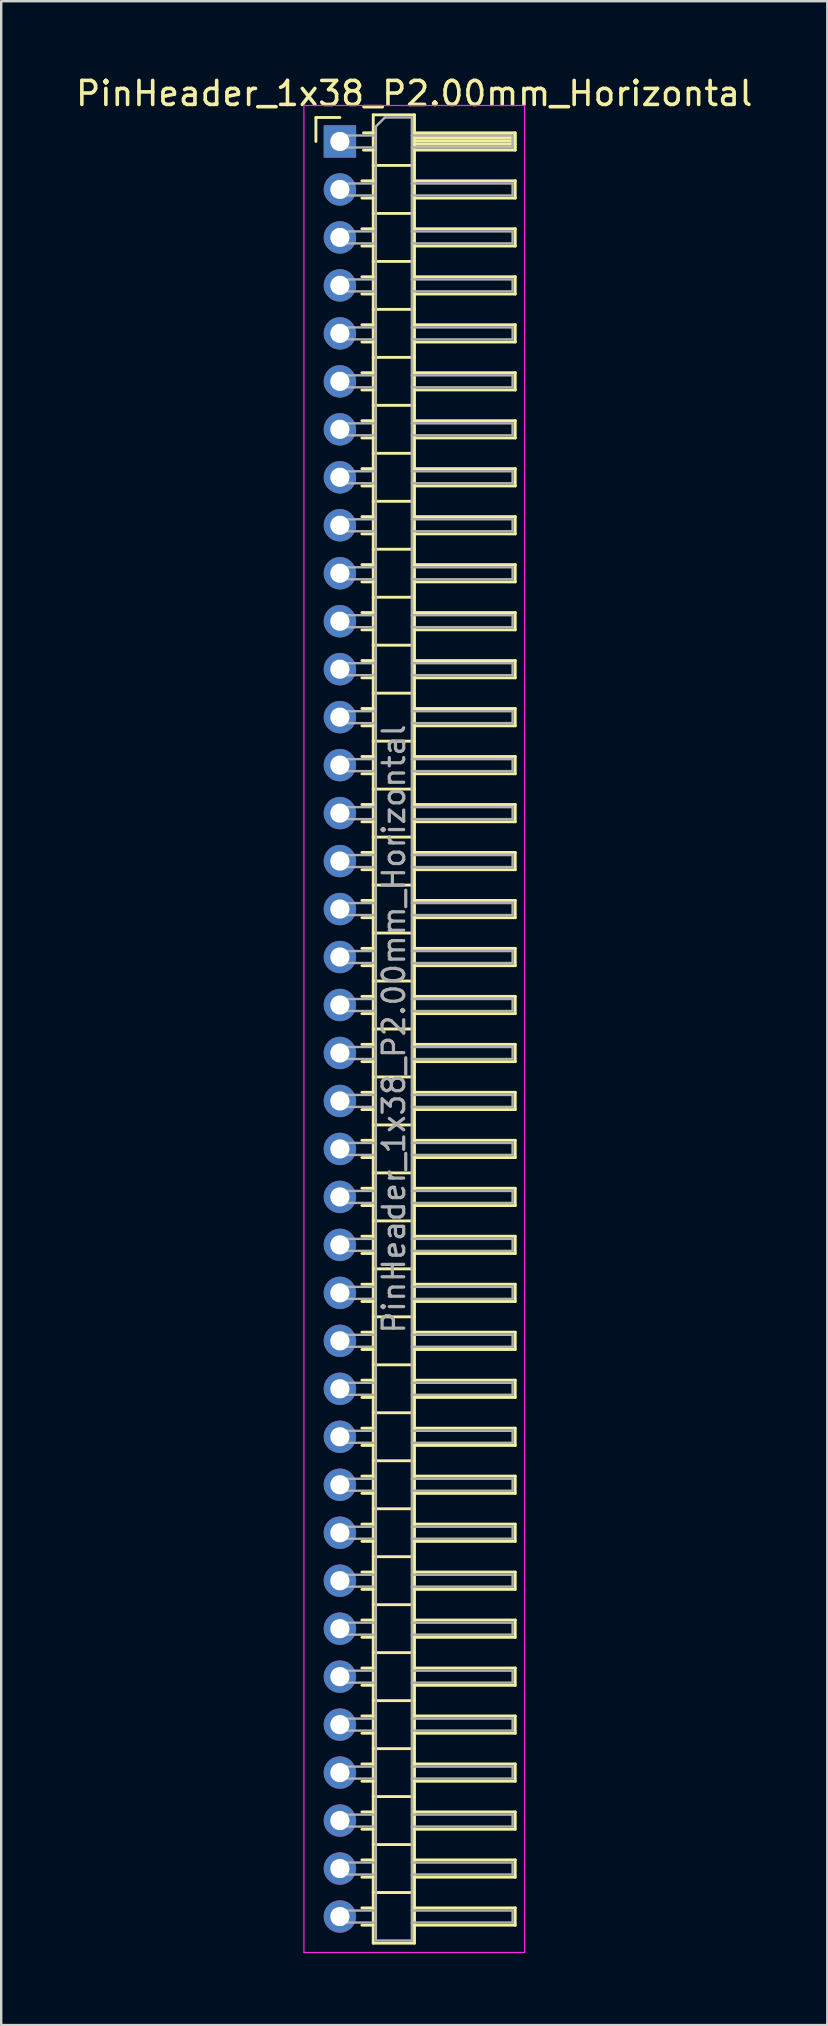
<source format=kicad_pcb>
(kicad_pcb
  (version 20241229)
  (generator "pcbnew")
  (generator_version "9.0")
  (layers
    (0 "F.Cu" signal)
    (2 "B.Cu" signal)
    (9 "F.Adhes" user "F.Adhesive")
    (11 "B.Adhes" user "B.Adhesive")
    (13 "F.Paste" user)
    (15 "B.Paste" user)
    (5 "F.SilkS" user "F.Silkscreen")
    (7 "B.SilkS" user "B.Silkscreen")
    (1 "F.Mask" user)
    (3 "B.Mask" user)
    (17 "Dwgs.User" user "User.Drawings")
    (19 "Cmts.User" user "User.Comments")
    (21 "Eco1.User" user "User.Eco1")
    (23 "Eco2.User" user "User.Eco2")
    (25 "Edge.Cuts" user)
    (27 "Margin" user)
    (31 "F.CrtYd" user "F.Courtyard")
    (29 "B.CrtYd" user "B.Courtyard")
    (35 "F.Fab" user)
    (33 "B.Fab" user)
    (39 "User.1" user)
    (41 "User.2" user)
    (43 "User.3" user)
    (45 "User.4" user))
  (footprint "PinHeader_1x38_P2.00mm_Horizontal"
    (layer "F.Cu")
    (at 11.12 2.848)
    (property "Reference" "PinHeader_1x38_P2.00mm_Horizontal" (at 3.1 -2 0) (layer "F.SilkS") (effects (font (size 1 1) (thickness 0.15))))
    (attr through_hole)
    (fp_line (start -1 -1) (end 0 -1) (stroke (width 0.12) (type solid)) (layer "F.SilkS"))
    (fp_line (start -1 0) (end -1 -1) (stroke (width 0.12) (type solid)) (layer "F.SilkS"))
    (fp_line (start 0.917 1.64) (end 1.39 1.64) (stroke (width 0.12) (type solid)) (layer "F.SilkS"))
    (fp_line (start 0.917 2.36) (end 1.39 2.36) (stroke (width 0.12) (type solid)) (layer "F.SilkS"))
    (fp_line (start 0.917 3.64) (end 1.39 3.64) (stroke (width 0.12) (type solid)) (layer "F.SilkS"))
    (fp_line (start 0.917 4.36) (end 1.39 4.36) (stroke (width 0.12) (type solid)) (layer "F.SilkS"))
    (fp_line (start 0.917 5.64) (end 1.39 5.64) (stroke (width 0.12) (type solid)) (layer "F.SilkS"))
    (fp_line (start 0.917 6.36) (end 1.39 6.36) (stroke (width 0.12) (type solid)) (layer "F.SilkS"))
    (fp_line (start 0.917 7.64) (end 1.39 7.64) (stroke (width 0.12) (type solid)) (layer "F.SilkS"))
    (fp_line (start 0.917 8.36) (end 1.39 8.36) (stroke (width 0.12) (type solid)) (layer "F.SilkS"))
    (fp_line (start 0.917 9.64) (end 1.39 9.64) (stroke (width 0.12) (type solid)) (layer "F.SilkS"))
    (fp_line (start 0.917 10.36) (end 1.39 10.36) (stroke (width 0.12) (type solid)) (layer "F.SilkS"))
    (fp_line (start 0.917 11.64) (end 1.39 11.64) (stroke (width 0.12) (type solid)) (layer "F.SilkS"))
    (fp_line (start 0.917 12.36) (end 1.39 12.36) (stroke (width 0.12) (type solid)) (layer "F.SilkS"))
    (fp_line (start 0.917 13.64) (end 1.39 13.64) (stroke (width 0.12) (type solid)) (layer "F.SilkS"))
    (fp_line (start 0.917 14.36) (end 1.39 14.36) (stroke (width 0.12) (type solid)) (layer "F.SilkS"))
    (fp_line (start 0.917 15.64) (end 1.39 15.64) (stroke (width 0.12) (type solid)) (layer "F.SilkS"))
    (fp_line (start 0.917 16.36) (end 1.39 16.36) (stroke (width 0.12) (type solid)) (layer "F.SilkS"))
    (fp_line (start 0.917 17.64) (end 1.39 17.64) (stroke (width 0.12) (type solid)) (layer "F.SilkS"))
    (fp_line (start 0.917 18.36) (end 1.39 18.36) (stroke (width 0.12) (type solid)) (layer "F.SilkS"))
    (fp_line (start 0.917 19.64) (end 1.39 19.64) (stroke (width 0.12) (type solid)) (layer "F.SilkS"))
    (fp_line (start 0.917 20.36) (end 1.39 20.36) (stroke (width 0.12) (type solid)) (layer "F.SilkS"))
    (fp_line (start 0.917 21.64) (end 1.39 21.64) (stroke (width 0.12) (type solid)) (layer "F.SilkS"))
    (fp_line (start 0.917 22.36) (end 1.39 22.36) (stroke (width 0.12) (type solid)) (layer "F.SilkS"))
    (fp_line (start 0.917 23.64) (end 1.39 23.64) (stroke (width 0.12) (type solid)) (layer "F.SilkS"))
    (fp_line (start 0.917 24.36) (end 1.39 24.36) (stroke (width 0.12) (type solid)) (layer "F.SilkS"))
    (fp_line (start 0.917 25.64) (end 1.39 25.64) (stroke (width 0.12) (type solid)) (layer "F.SilkS"))
    (fp_line (start 0.917 26.36) (end 1.39 26.36) (stroke (width 0.12) (type solid)) (layer "F.SilkS"))
    (fp_line (start 0.917 27.64) (end 1.39 27.64) (stroke (width 0.12) (type solid)) (layer "F.SilkS"))
    (fp_line (start 0.917 28.36) (end 1.39 28.36) (stroke (width 0.12) (type solid)) (layer "F.SilkS"))
    (fp_line (start 0.917 29.64) (end 1.39 29.64) (stroke (width 0.12) (type solid)) (layer "F.SilkS"))
    (fp_line (start 0.917 30.36) (end 1.39 30.36) (stroke (width 0.12) (type solid)) (layer "F.SilkS"))
    (fp_line (start 0.917 31.64) (end 1.39 31.64) (stroke (width 0.12) (type solid)) (layer "F.SilkS"))
    (fp_line (start 0.917 32.36) (end 1.39 32.36) (stroke (width 0.12) (type solid)) (layer "F.SilkS"))
    (fp_line (start 0.917 33.64) (end 1.39 33.64) (stroke (width 0.12) (type solid)) (layer "F.SilkS"))
    (fp_line (start 0.917 34.36) (end 1.39 34.36) (stroke (width 0.12) (type solid)) (layer "F.SilkS"))
    (fp_line (start 0.917 35.64) (end 1.39 35.64) (stroke (width 0.12) (type solid)) (layer "F.SilkS"))
    (fp_line (start 0.917 36.36) (end 1.39 36.36) (stroke (width 0.12) (type solid)) (layer "F.SilkS"))
    (fp_line (start 0.917 37.64) (end 1.39 37.64) (stroke (width 0.12) (type solid)) (layer "F.SilkS"))
    (fp_line (start 0.917 38.36) (end 1.39 38.36) (stroke (width 0.12) (type solid)) (layer "F.SilkS"))
    (fp_line (start 0.917 39.64) (end 1.39 39.64) (stroke (width 0.12) (type solid)) (layer "F.SilkS"))
    (fp_line (start 0.917 40.36) (end 1.39 40.36) (stroke (width 0.12) (type solid)) (layer "F.SilkS"))
    (fp_line (start 0.917 41.64) (end 1.39 41.64) (stroke (width 0.12) (type solid)) (layer "F.SilkS"))
    (fp_line (start 0.917 42.36) (end 1.39 42.36) (stroke (width 0.12) (type solid)) (layer "F.SilkS"))
    (fp_line (start 0.917 43.64) (end 1.39 43.64) (stroke (width 0.12) (type solid)) (layer "F.SilkS"))
    (fp_line (start 0.917 44.36) (end 1.39 44.36) (stroke (width 0.12) (type solid)) (layer "F.SilkS"))
    (fp_line (start 0.917 45.64) (end 1.39 45.64) (stroke (width 0.12) (type solid)) (layer "F.SilkS"))
    (fp_line (start 0.917 46.36) (end 1.39 46.36) (stroke (width 0.12) (type solid)) (layer "F.SilkS"))
    (fp_line (start 0.917 47.64) (end 1.39 47.64) (stroke (width 0.12) (type solid)) (layer "F.SilkS"))
    (fp_line (start 0.917 48.36) (end 1.39 48.36) (stroke (width 0.12) (type solid)) (layer "F.SilkS"))
    (fp_line (start 0.917 49.64) (end 1.39 49.64) (stroke (width 0.12) (type solid)) (layer "F.SilkS"))
    (fp_line (start 0.917 50.36) (end 1.39 50.36) (stroke (width 0.12) (type solid)) (layer "F.SilkS"))
    (fp_line (start 0.917 51.64) (end 1.39 51.64) (stroke (width 0.12) (type solid)) (layer "F.SilkS"))
    (fp_line (start 0.917 52.36) (end 1.39 52.36) (stroke (width 0.12) (type solid)) (layer "F.SilkS"))
    (fp_line (start 0.917 53.64) (end 1.39 53.64) (stroke (width 0.12) (type solid)) (layer "F.SilkS"))
    (fp_line (start 0.917 54.36) (end 1.39 54.36) (stroke (width 0.12) (type solid)) (layer "F.SilkS"))
    (fp_line (start 0.917 55.64) (end 1.39 55.64) (stroke (width 0.12) (type solid)) (layer "F.SilkS"))
    (fp_line (start 0.917 56.36) (end 1.39 56.36) (stroke (width 0.12) (type solid)) (layer "F.SilkS"))
    (fp_line (start 0.917 57.64) (end 1.39 57.64) (stroke (width 0.12) (type solid)) (layer "F.SilkS"))
    (fp_line (start 0.917 58.36) (end 1.39 58.36) (stroke (width 0.12) (type solid)) (layer "F.SilkS"))
    (fp_line (start 0.917 59.64) (end 1.39 59.64) (stroke (width 0.12) (type solid)) (layer "F.SilkS"))
    (fp_line (start 0.917 60.36) (end 1.39 60.36) (stroke (width 0.12) (type solid)) (layer "F.SilkS"))
    (fp_line (start 0.917 61.64) (end 1.39 61.64) (stroke (width 0.12) (type solid)) (layer "F.SilkS"))
    (fp_line (start 0.917 62.36) (end 1.39 62.36) (stroke (width 0.12) (type solid)) (layer "F.SilkS"))
    (fp_line (start 0.917 63.64) (end 1.39 63.64) (stroke (width 0.12) (type solid)) (layer "F.SilkS"))
    (fp_line (start 0.917 64.36) (end 1.39 64.36) (stroke (width 0.12) (type solid)) (layer "F.SilkS"))
    (fp_line (start 0.917 65.64) (end 1.39 65.64) (stroke (width 0.12) (type solid)) (layer "F.SilkS"))
    (fp_line (start 0.917 66.36) (end 1.39 66.36) (stroke (width 0.12) (type solid)) (layer "F.SilkS"))
    (fp_line (start 0.917 67.64) (end 1.39 67.64) (stroke (width 0.12) (type solid)) (layer "F.SilkS"))
    (fp_line (start 0.917 68.36) (end 1.39 68.36) (stroke (width 0.12) (type solid)) (layer "F.SilkS"))
    (fp_line (start 0.917 69.64) (end 1.39 69.64) (stroke (width 0.12) (type solid)) (layer "F.SilkS"))
    (fp_line (start 0.917 70.36) (end 1.39 70.36) (stroke (width 0.12) (type solid)) (layer "F.SilkS"))
    (fp_line (start 0.917 71.64) (end 1.39 71.64) (stroke (width 0.12) (type solid)) (layer "F.SilkS"))
    (fp_line (start 0.917 72.36) (end 1.39 72.36) (stroke (width 0.12) (type solid)) (layer "F.SilkS"))
    (fp_line (start 0.917 73.64) (end 1.39 73.64) (stroke (width 0.12) (type solid)) (layer "F.SilkS"))
    (fp_line (start 0.917 74.36) (end 1.39 74.36) (stroke (width 0.12) (type solid)) (layer "F.SilkS"))
    (fp_line (start 0.985 -0.36) (end 1.39 -0.36) (stroke (width 0.12) (type solid)) (layer "F.SilkS"))
    (fp_line (start 0.985 0.36) (end 1.39 0.36) (stroke (width 0.12) (type solid)) (layer "F.SilkS"))
    (fp_line (start 1.39 -1.11) (end 1.39 75.11) (stroke (width 0.12) (type solid)) (layer "F.SilkS"))
    (fp_line (start 1.39 1) (end 3.11 1) (stroke (width 0.12) (type solid)) (layer "F.SilkS"))
    (fp_line (start 1.39 3) (end 3.11 3) (stroke (width 0.12) (type solid)) (layer "F.SilkS"))
    (fp_line (start 1.39 5) (end 3.11 5) (stroke (width 0.12) (type solid)) (layer "F.SilkS"))
    (fp_line (start 1.39 7) (end 3.11 7) (stroke (width 0.12) (type solid)) (layer "F.SilkS"))
    (fp_line (start 1.39 9) (end 3.11 9) (stroke (width 0.12) (type solid)) (layer "F.SilkS"))
    (fp_line (start 1.39 11) (end 3.11 11) (stroke (width 0.12) (type solid)) (layer "F.SilkS"))
    (fp_line (start 1.39 13) (end 3.11 13) (stroke (width 0.12) (type solid)) (layer "F.SilkS"))
    (fp_line (start 1.39 15) (end 3.11 15) (stroke (width 0.12) (type solid)) (layer "F.SilkS"))
    (fp_line (start 1.39 17) (end 3.11 17) (stroke (width 0.12) (type solid)) (layer "F.SilkS"))
    (fp_line (start 1.39 19) (end 3.11 19) (stroke (width 0.12) (type solid)) (layer "F.SilkS"))
    (fp_line (start 1.39 21) (end 3.11 21) (stroke (width 0.12) (type solid)) (layer "F.SilkS"))
    (fp_line (start 1.39 23) (end 3.11 23) (stroke (width 0.12) (type solid)) (layer "F.SilkS"))
    (fp_line (start 1.39 25) (end 3.11 25) (stroke (width 0.12) (type solid)) (layer "F.SilkS"))
    (fp_line (start 1.39 27) (end 3.11 27) (stroke (width 0.12) (type solid)) (layer "F.SilkS"))
    (fp_line (start 1.39 29) (end 3.11 29) (stroke (width 0.12) (type solid)) (layer "F.SilkS"))
    (fp_line (start 1.39 31) (end 3.11 31) (stroke (width 0.12) (type solid)) (layer "F.SilkS"))
    (fp_line (start 1.39 33) (end 3.11 33) (stroke (width 0.12) (type solid)) (layer "F.SilkS"))
    (fp_line (start 1.39 35) (end 3.11 35) (stroke (width 0.12) (type solid)) (layer "F.SilkS"))
    (fp_line (start 1.39 37) (end 3.11 37) (stroke (width 0.12) (type solid)) (layer "F.SilkS"))
    (fp_line (start 1.39 39) (end 3.11 39) (stroke (width 0.12) (type solid)) (layer "F.SilkS"))
    (fp_line (start 1.39 41) (end 3.11 41) (stroke (width 0.12) (type solid)) (layer "F.SilkS"))
    (fp_line (start 1.39 43) (end 3.11 43) (stroke (width 0.12) (type solid)) (layer "F.SilkS"))
    (fp_line (start 1.39 45) (end 3.11 45) (stroke (width 0.12) (type solid)) (layer "F.SilkS"))
    (fp_line (start 1.39 47) (end 3.11 47) (stroke (width 0.12) (type solid)) (layer "F.SilkS"))
    (fp_line (start 1.39 49) (end 3.11 49) (stroke (width 0.12) (type solid)) (layer "F.SilkS"))
    (fp_line (start 1.39 51) (end 3.11 51) (stroke (width 0.12) (type solid)) (layer "F.SilkS"))
    (fp_line (start 1.39 53) (end 3.11 53) (stroke (width 0.12) (type solid)) (layer "F.SilkS"))
    (fp_line (start 1.39 55) (end 3.11 55) (stroke (width 0.12) (type solid)) (layer "F.SilkS"))
    (fp_line (start 1.39 57) (end 3.11 57) (stroke (width 0.12) (type solid)) (layer "F.SilkS"))
    (fp_line (start 1.39 59) (end 3.11 59) (stroke (width 0.12) (type solid)) (layer "F.SilkS"))
    (fp_line (start 1.39 61) (end 3.11 61) (stroke (width 0.12) (type solid)) (layer "F.SilkS"))
    (fp_line (start 1.39 63) (end 3.11 63) (stroke (width 0.12) (type solid)) (layer "F.SilkS"))
    (fp_line (start 1.39 65) (end 3.11 65) (stroke (width 0.12) (type solid)) (layer "F.SilkS"))
    (fp_line (start 1.39 67) (end 3.11 67) (stroke (width 0.12) (type solid)) (layer "F.SilkS"))
    (fp_line (start 1.39 69) (end 3.11 69) (stroke (width 0.12) (type solid)) (layer "F.SilkS"))
    (fp_line (start 1.39 71) (end 3.11 71) (stroke (width 0.12) (type solid)) (layer "F.SilkS"))
    (fp_line (start 1.39 73) (end 3.11 73) (stroke (width 0.12) (type solid)) (layer "F.SilkS"))
    (fp_line (start 1.39 75.11) (end 3.11 75.11) (stroke (width 0.12) (type solid)) (layer "F.SilkS"))
    (fp_line (start 3.11 -1.11) (end 1.39 -1.11) (stroke (width 0.12) (type solid)) (layer "F.SilkS"))
    (fp_line (start 3.11 -0.36) (end 7.31 -0.36) (stroke (width 0.12) (type solid)) (layer "F.SilkS"))
    (fp_line (start 3.11 -0.25) (end 7.31 -0.25) (stroke (width 0.12) (type solid)) (layer "F.SilkS"))
    (fp_line (start 3.11 -0.13) (end 7.31 -0.13) (stroke (width 0.12) (type solid)) (layer "F.SilkS"))
    (fp_line (start 3.11 -0.01) (end 7.31 -0.01) (stroke (width 0.12) (type solid)) (layer "F.SilkS"))
    (fp_line (start 3.11 0.11) (end 7.31 0.11) (stroke (width 0.12) (type solid)) (layer "F.SilkS"))
    (fp_line (start 3.11 0.23) (end 7.31 0.23) (stroke (width 0.12) (type solid)) (layer "F.SilkS"))
    (fp_line (start 3.11 1.64) (end 7.31 1.64) (stroke (width 0.12) (type solid)) (layer "F.SilkS"))
    (fp_line (start 3.11 3.64) (end 7.31 3.64) (stroke (width 0.12) (type solid)) (layer "F.SilkS"))
    (fp_line (start 3.11 5.64) (end 7.31 5.64) (stroke (width 0.12) (type solid)) (layer "F.SilkS"))
    (fp_line (start 3.11 7.64) (end 7.31 7.64) (stroke (width 0.12) (type solid)) (layer "F.SilkS"))
    (fp_line (start 3.11 9.64) (end 7.31 9.64) (stroke (width 0.12) (type solid)) (layer "F.SilkS"))
    (fp_line (start 3.11 11.64) (end 7.31 11.64) (stroke (width 0.12) (type solid)) (layer "F.SilkS"))
    (fp_line (start 3.11 13.64) (end 7.31 13.64) (stroke (width 0.12) (type solid)) (layer "F.SilkS"))
    (fp_line (start 3.11 15.64) (end 7.31 15.64) (stroke (width 0.12) (type solid)) (layer "F.SilkS"))
    (fp_line (start 3.11 17.64) (end 7.31 17.64) (stroke (width 0.12) (type solid)) (layer "F.SilkS"))
    (fp_line (start 3.11 19.64) (end 7.31 19.64) (stroke (width 0.12) (type solid)) (layer "F.SilkS"))
    (fp_line (start 3.11 21.64) (end 7.31 21.64) (stroke (width 0.12) (type solid)) (layer "F.SilkS"))
    (fp_line (start 3.11 23.64) (end 7.31 23.64) (stroke (width 0.12) (type solid)) (layer "F.SilkS"))
    (fp_line (start 3.11 25.64) (end 7.31 25.64) (stroke (width 0.12) (type solid)) (layer "F.SilkS"))
    (fp_line (start 3.11 27.64) (end 7.31 27.64) (stroke (width 0.12) (type solid)) (layer "F.SilkS"))
    (fp_line (start 3.11 29.64) (end 7.31 29.64) (stroke (width 0.12) (type solid)) (layer "F.SilkS"))
    (fp_line (start 3.11 31.64) (end 7.31 31.64) (stroke (width 0.12) (type solid)) (layer "F.SilkS"))
    (fp_line (start 3.11 33.64) (end 7.31 33.64) (stroke (width 0.12) (type solid)) (layer "F.SilkS"))
    (fp_line (start 3.11 35.64) (end 7.31 35.64) (stroke (width 0.12) (type solid)) (layer "F.SilkS"))
    (fp_line (start 3.11 37.64) (end 7.31 37.64) (stroke (width 0.12) (type solid)) (layer "F.SilkS"))
    (fp_line (start 3.11 39.64) (end 7.31 39.64) (stroke (width 0.12) (type solid)) (layer "F.SilkS"))
    (fp_line (start 3.11 41.64) (end 7.31 41.64) (stroke (width 0.12) (type solid)) (layer "F.SilkS"))
    (fp_line (start 3.11 43.64) (end 7.31 43.64) (stroke (width 0.12) (type solid)) (layer "F.SilkS"))
    (fp_line (start 3.11 45.64) (end 7.31 45.64) (stroke (width 0.12) (type solid)) (layer "F.SilkS"))
    (fp_line (start 3.11 47.64) (end 7.31 47.64) (stroke (width 0.12) (type solid)) (layer "F.SilkS"))
    (fp_line (start 3.11 49.64) (end 7.31 49.64) (stroke (width 0.12) (type solid)) (layer "F.SilkS"))
    (fp_line (start 3.11 51.64) (end 7.31 51.64) (stroke (width 0.12) (type solid)) (layer "F.SilkS"))
    (fp_line (start 3.11 53.64) (end 7.31 53.64) (stroke (width 0.12) (type solid)) (layer "F.SilkS"))
    (fp_line (start 3.11 55.64) (end 7.31 55.64) (stroke (width 0.12) (type solid)) (layer "F.SilkS"))
    (fp_line (start 3.11 57.64) (end 7.31 57.64) (stroke (width 0.12) (type solid)) (layer "F.SilkS"))
    (fp_line (start 3.11 59.64) (end 7.31 59.64) (stroke (width 0.12) (type solid)) (layer "F.SilkS"))
    (fp_line (start 3.11 61.64) (end 7.31 61.64) (stroke (width 0.12) (type solid)) (layer "F.SilkS"))
    (fp_line (start 3.11 63.64) (end 7.31 63.64) (stroke (width 0.12) (type solid)) (layer "F.SilkS"))
    (fp_line (start 3.11 65.64) (end 7.31 65.64) (stroke (width 0.12) (type solid)) (layer "F.SilkS"))
    (fp_line (start 3.11 67.64) (end 7.31 67.64) (stroke (width 0.12) (type solid)) (layer "F.SilkS"))
    (fp_line (start 3.11 69.64) (end 7.31 69.64) (stroke (width 0.12) (type solid)) (layer "F.SilkS"))
    (fp_line (start 3.11 71.64) (end 7.31 71.64) (stroke (width 0.12) (type solid)) (layer "F.SilkS"))
    (fp_line (start 3.11 73.64) (end 7.31 73.64) (stroke (width 0.12) (type solid)) (layer "F.SilkS"))
    (fp_line (start 3.11 75.11) (end 3.11 -1.11) (stroke (width 0.12) (type solid)) (layer "F.SilkS"))
    (fp_line (start 7.31 -0.36) (end 7.31 0.36) (stroke (width 0.12) (type solid)) (layer "F.SilkS"))
    (fp_line (start 7.31 0.36) (end 3.11 0.36) (stroke (width 0.12) (type solid)) (layer "F.SilkS"))
    (fp_line (start 7.31 1.64) (end 7.31 2.36) (stroke (width 0.12) (type solid)) (layer "F.SilkS"))
    (fp_line (start 7.31 2.36) (end 3.11 2.36) (stroke (width 0.12) (type solid)) (layer "F.SilkS"))
    (fp_line (start 7.31 3.64) (end 7.31 4.36) (stroke (width 0.12) (type solid)) (layer "F.SilkS"))
    (fp_line (start 7.31 4.36) (end 3.11 4.36) (stroke (width 0.12) (type solid)) (layer "F.SilkS"))
    (fp_line (start 7.31 5.64) (end 7.31 6.36) (stroke (width 0.12) (type solid)) (layer "F.SilkS"))
    (fp_line (start 7.31 6.36) (end 3.11 6.36) (stroke (width 0.12) (type solid)) (layer "F.SilkS"))
    (fp_line (start 7.31 7.64) (end 7.31 8.36) (stroke (width 0.12) (type solid)) (layer "F.SilkS"))
    (fp_line (start 7.31 8.36) (end 3.11 8.36) (stroke (width 0.12) (type solid)) (layer "F.SilkS"))
    (fp_line (start 7.31 9.64) (end 7.31 10.36) (stroke (width 0.12) (type solid)) (layer "F.SilkS"))
    (fp_line (start 7.31 10.36) (end 3.11 10.36) (stroke (width 0.12) (type solid)) (layer "F.SilkS"))
    (fp_line (start 7.31 11.64) (end 7.31 12.36) (stroke (width 0.12) (type solid)) (layer "F.SilkS"))
    (fp_line (start 7.31 12.36) (end 3.11 12.36) (stroke (width 0.12) (type solid)) (layer "F.SilkS"))
    (fp_line (start 7.31 13.64) (end 7.31 14.36) (stroke (width 0.12) (type solid)) (layer "F.SilkS"))
    (fp_line (start 7.31 14.36) (end 3.11 14.36) (stroke (width 0.12) (type solid)) (layer "F.SilkS"))
    (fp_line (start 7.31 15.64) (end 7.31 16.36) (stroke (width 0.12) (type solid)) (layer "F.SilkS"))
    (fp_line (start 7.31 16.36) (end 3.11 16.36) (stroke (width 0.12) (type solid)) (layer "F.SilkS"))
    (fp_line (start 7.31 17.64) (end 7.31 18.36) (stroke (width 0.12) (type solid)) (layer "F.SilkS"))
    (fp_line (start 7.31 18.36) (end 3.11 18.36) (stroke (width 0.12) (type solid)) (layer "F.SilkS"))
    (fp_line (start 7.31 19.64) (end 7.31 20.36) (stroke (width 0.12) (type solid)) (layer "F.SilkS"))
    (fp_line (start 7.31 20.36) (end 3.11 20.36) (stroke (width 0.12) (type solid)) (layer "F.SilkS"))
    (fp_line (start 7.31 21.64) (end 7.31 22.36) (stroke (width 0.12) (type solid)) (layer "F.SilkS"))
    (fp_line (start 7.31 22.36) (end 3.11 22.36) (stroke (width 0.12) (type solid)) (layer "F.SilkS"))
    (fp_line (start 7.31 23.64) (end 7.31 24.36) (stroke (width 0.12) (type solid)) (layer "F.SilkS"))
    (fp_line (start 7.31 24.36) (end 3.11 24.36) (stroke (width 0.12) (type solid)) (layer "F.SilkS"))
    (fp_line (start 7.31 25.64) (end 7.31 26.36) (stroke (width 0.12) (type solid)) (layer "F.SilkS"))
    (fp_line (start 7.31 26.36) (end 3.11 26.36) (stroke (width 0.12) (type solid)) (layer "F.SilkS"))
    (fp_line (start 7.31 27.64) (end 7.31 28.36) (stroke (width 0.12) (type solid)) (layer "F.SilkS"))
    (fp_line (start 7.31 28.36) (end 3.11 28.36) (stroke (width 0.12) (type solid)) (layer "F.SilkS"))
    (fp_line (start 7.31 29.64) (end 7.31 30.36) (stroke (width 0.12) (type solid)) (layer "F.SilkS"))
    (fp_line (start 7.31 30.36) (end 3.11 30.36) (stroke (width 0.12) (type solid)) (layer "F.SilkS"))
    (fp_line (start 7.31 31.64) (end 7.31 32.36) (stroke (width 0.12) (type solid)) (layer "F.SilkS"))
    (fp_line (start 7.31 32.36) (end 3.11 32.36) (stroke (width 0.12) (type solid)) (layer "F.SilkS"))
    (fp_line (start 7.31 33.64) (end 7.31 34.36) (stroke (width 0.12) (type solid)) (layer "F.SilkS"))
    (fp_line (start 7.31 34.36) (end 3.11 34.36) (stroke (width 0.12) (type solid)) (layer "F.SilkS"))
    (fp_line (start 7.31 35.64) (end 7.31 36.36) (stroke (width 0.12) (type solid)) (layer "F.SilkS"))
    (fp_line (start 7.31 36.36) (end 3.11 36.36) (stroke (width 0.12) (type solid)) (layer "F.SilkS"))
    (fp_line (start 7.31 37.64) (end 7.31 38.36) (stroke (width 0.12) (type solid)) (layer "F.SilkS"))
    (fp_line (start 7.31 38.36) (end 3.11 38.36) (stroke (width 0.12) (type solid)) (layer "F.SilkS"))
    (fp_line (start 7.31 39.64) (end 7.31 40.36) (stroke (width 0.12) (type solid)) (layer "F.SilkS"))
    (fp_line (start 7.31 40.36) (end 3.11 40.36) (stroke (width 0.12) (type solid)) (layer "F.SilkS"))
    (fp_line (start 7.31 41.64) (end 7.31 42.36) (stroke (width 0.12) (type solid)) (layer "F.SilkS"))
    (fp_line (start 7.31 42.36) (end 3.11 42.36) (stroke (width 0.12) (type solid)) (layer "F.SilkS"))
    (fp_line (start 7.31 43.64) (end 7.31 44.36) (stroke (width 0.12) (type solid)) (layer "F.SilkS"))
    (fp_line (start 7.31 44.36) (end 3.11 44.36) (stroke (width 0.12) (type solid)) (layer "F.SilkS"))
    (fp_line (start 7.31 45.64) (end 7.31 46.36) (stroke (width 0.12) (type solid)) (layer "F.SilkS"))
    (fp_line (start 7.31 46.36) (end 3.11 46.36) (stroke (width 0.12) (type solid)) (layer "F.SilkS"))
    (fp_line (start 7.31 47.64) (end 7.31 48.36) (stroke (width 0.12) (type solid)) (layer "F.SilkS"))
    (fp_line (start 7.31 48.36) (end 3.11 48.36) (stroke (width 0.12) (type solid)) (layer "F.SilkS"))
    (fp_line (start 7.31 49.64) (end 7.31 50.36) (stroke (width 0.12) (type solid)) (layer "F.SilkS"))
    (fp_line (start 7.31 50.36) (end 3.11 50.36) (stroke (width 0.12) (type solid)) (layer "F.SilkS"))
    (fp_line (start 7.31 51.64) (end 7.31 52.36) (stroke (width 0.12) (type solid)) (layer "F.SilkS"))
    (fp_line (start 7.31 52.36) (end 3.11 52.36) (stroke (width 0.12) (type solid)) (layer "F.SilkS"))
    (fp_line (start 7.31 53.64) (end 7.31 54.36) (stroke (width 0.12) (type solid)) (layer "F.SilkS"))
    (fp_line (start 7.31 54.36) (end 3.11 54.36) (stroke (width 0.12) (type solid)) (layer "F.SilkS"))
    (fp_line (start 7.31 55.64) (end 7.31 56.36) (stroke (width 0.12) (type solid)) (layer "F.SilkS"))
    (fp_line (start 7.31 56.36) (end 3.11 56.36) (stroke (width 0.12) (type solid)) (layer "F.SilkS"))
    (fp_line (start 7.31 57.64) (end 7.31 58.36) (stroke (width 0.12) (type solid)) (layer "F.SilkS"))
    (fp_line (start 7.31 58.36) (end 3.11 58.36) (stroke (width 0.12) (type solid)) (layer "F.SilkS"))
    (fp_line (start 7.31 59.64) (end 7.31 60.36) (stroke (width 0.12) (type solid)) (layer "F.SilkS"))
    (fp_line (start 7.31 60.36) (end 3.11 60.36) (stroke (width 0.12) (type solid)) (layer "F.SilkS"))
    (fp_line (start 7.31 61.64) (end 7.31 62.36) (stroke (width 0.12) (type solid)) (layer "F.SilkS"))
    (fp_line (start 7.31 62.36) (end 3.11 62.36) (stroke (width 0.12) (type solid)) (layer "F.SilkS"))
    (fp_line (start 7.31 63.64) (end 7.31 64.36) (stroke (width 0.12) (type solid)) (layer "F.SilkS"))
    (fp_line (start 7.31 64.36) (end 3.11 64.36) (stroke (width 0.12) (type solid)) (layer "F.SilkS"))
    (fp_line (start 7.31 65.64) (end 7.31 66.36) (stroke (width 0.12) (type solid)) (layer "F.SilkS"))
    (fp_line (start 7.31 66.36) (end 3.11 66.36) (stroke (width 0.12) (type solid)) (layer "F.SilkS"))
    (fp_line (start 7.31 67.64) (end 7.31 68.36) (stroke (width 0.12) (type solid)) (layer "F.SilkS"))
    (fp_line (start 7.31 68.36) (end 3.11 68.36) (stroke (width 0.12) (type solid)) (layer "F.SilkS"))
    (fp_line (start 7.31 69.64) (end 7.31 70.36) (stroke (width 0.12) (type solid)) (layer "F.SilkS"))
    (fp_line (start 7.31 70.36) (end 3.11 70.36) (stroke (width 0.12) (type solid)) (layer "F.SilkS"))
    (fp_line (start 7.31 71.64) (end 7.31 72.36) (stroke (width 0.12) (type solid)) (layer "F.SilkS"))
    (fp_line (start 7.31 72.36) (end 3.11 72.36) (stroke (width 0.12) (type solid)) (layer "F.SilkS"))
    (fp_line (start 7.31 73.64) (end 7.31 74.36) (stroke (width 0.12) (type solid)) (layer "F.SilkS"))
    (fp_line (start 7.31 74.36) (end 3.11 74.36) (stroke (width 0.12) (type solid)) (layer "F.SilkS"))
    (fp_line (start -1.5 -1.5) (end -1.5 75.5) (stroke (width 0.05) (type solid)) (layer "F.CrtYd"))
    (fp_line (start -1.5 75.5) (end 7.7 75.5) (stroke (width 0.05) (type solid)) (layer "F.CrtYd"))
    (fp_line (start 7.7 -1.5) (end -1.5 -1.5) (stroke (width 0.05) (type solid)) (layer "F.CrtYd"))
    (fp_line (start 7.7 75.5) (end 7.7 -1.5) (stroke (width 0.05) (type solid)) (layer "F.CrtYd"))
    (fp_line (start -0.25 -0.25) (end -0.25 0.25) (stroke (width 0.1) (type solid)) (layer "F.Fab"))
    (fp_line (start -0.25 -0.25) (end 1.5 -0.25) (stroke (width 0.1) (type solid)) (layer "F.Fab"))
    (fp_line (start -0.25 0.25) (end 1.5 0.25) (stroke (width 0.1) (type solid)) (layer "F.Fab"))
    (fp_line (start -0.25 1.75) (end -0.25 2.25) (stroke (width 0.1) (type solid)) (layer "F.Fab"))
    (fp_line (start -0.25 1.75) (end 1.5 1.75) (stroke (width 0.1) (type solid)) (layer "F.Fab"))
    (fp_line (start -0.25 2.25) (end 1.5 2.25) (stroke (width 0.1) (type solid)) (layer "F.Fab"))
    (fp_line (start -0.25 3.75) (end -0.25 4.25) (stroke (width 0.1) (type solid)) (layer "F.Fab"))
    (fp_line (start -0.25 3.75) (end 1.5 3.75) (stroke (width 0.1) (type solid)) (layer "F.Fab"))
    (fp_line (start -0.25 4.25) (end 1.5 4.25) (stroke (width 0.1) (type solid)) (layer "F.Fab"))
    (fp_line (start -0.25 5.75) (end -0.25 6.25) (stroke (width 0.1) (type solid)) (layer "F.Fab"))
    (fp_line (start -0.25 5.75) (end 1.5 5.75) (stroke (width 0.1) (type solid)) (layer "F.Fab"))
    (fp_line (start -0.25 6.25) (end 1.5 6.25) (stroke (width 0.1) (type solid)) (layer "F.Fab"))
    (fp_line (start -0.25 7.75) (end -0.25 8.25) (stroke (width 0.1) (type solid)) (layer "F.Fab"))
    (fp_line (start -0.25 7.75) (end 1.5 7.75) (stroke (width 0.1) (type solid)) (layer "F.Fab"))
    (fp_line (start -0.25 8.25) (end 1.5 8.25) (stroke (width 0.1) (type solid)) (layer "F.Fab"))
    (fp_line (start -0.25 9.75) (end -0.25 10.25) (stroke (width 0.1) (type solid)) (layer "F.Fab"))
    (fp_line (start -0.25 9.75) (end 1.5 9.75) (stroke (width 0.1) (type solid)) (layer "F.Fab"))
    (fp_line (start -0.25 10.25) (end 1.5 10.25) (stroke (width 0.1) (type solid)) (layer "F.Fab"))
    (fp_line (start -0.25 11.75) (end -0.25 12.25) (stroke (width 0.1) (type solid)) (layer "F.Fab"))
    (fp_line (start -0.25 11.75) (end 1.5 11.75) (stroke (width 0.1) (type solid)) (layer "F.Fab"))
    (fp_line (start -0.25 12.25) (end 1.5 12.25) (stroke (width 0.1) (type solid)) (layer "F.Fab"))
    (fp_line (start -0.25 13.75) (end -0.25 14.25) (stroke (width 0.1) (type solid)) (layer "F.Fab"))
    (fp_line (start -0.25 13.75) (end 1.5 13.75) (stroke (width 0.1) (type solid)) (layer "F.Fab"))
    (fp_line (start -0.25 14.25) (end 1.5 14.25) (stroke (width 0.1) (type solid)) (layer "F.Fab"))
    (fp_line (start -0.25 15.75) (end -0.25 16.25) (stroke (width 0.1) (type solid)) (layer "F.Fab"))
    (fp_line (start -0.25 15.75) (end 1.5 15.75) (stroke (width 0.1) (type solid)) (layer "F.Fab"))
    (fp_line (start -0.25 16.25) (end 1.5 16.25) (stroke (width 0.1) (type solid)) (layer "F.Fab"))
    (fp_line (start -0.25 17.75) (end -0.25 18.25) (stroke (width 0.1) (type solid)) (layer "F.Fab"))
    (fp_line (start -0.25 17.75) (end 1.5 17.75) (stroke (width 0.1) (type solid)) (layer "F.Fab"))
    (fp_line (start -0.25 18.25) (end 1.5 18.25) (stroke (width 0.1) (type solid)) (layer "F.Fab"))
    (fp_line (start -0.25 19.75) (end -0.25 20.25) (stroke (width 0.1) (type solid)) (layer "F.Fab"))
    (fp_line (start -0.25 19.75) (end 1.5 19.75) (stroke (width 0.1) (type solid)) (layer "F.Fab"))
    (fp_line (start -0.25 20.25) (end 1.5 20.25) (stroke (width 0.1) (type solid)) (layer "F.Fab"))
    (fp_line (start -0.25 21.75) (end -0.25 22.25) (stroke (width 0.1) (type solid)) (layer "F.Fab"))
    (fp_line (start -0.25 21.75) (end 1.5 21.75) (stroke (width 0.1) (type solid)) (layer "F.Fab"))
    (fp_line (start -0.25 22.25) (end 1.5 22.25) (stroke (width 0.1) (type solid)) (layer "F.Fab"))
    (fp_line (start -0.25 23.75) (end -0.25 24.25) (stroke (width 0.1) (type solid)) (layer "F.Fab"))
    (fp_line (start -0.25 23.75) (end 1.5 23.75) (stroke (width 0.1) (type solid)) (layer "F.Fab"))
    (fp_line (start -0.25 24.25) (end 1.5 24.25) (stroke (width 0.1) (type solid)) (layer "F.Fab"))
    (fp_line (start -0.25 25.75) (end -0.25 26.25) (stroke (width 0.1) (type solid)) (layer "F.Fab"))
    (fp_line (start -0.25 25.75) (end 1.5 25.75) (stroke (width 0.1) (type solid)) (layer "F.Fab"))
    (fp_line (start -0.25 26.25) (end 1.5 26.25) (stroke (width 0.1) (type solid)) (layer "F.Fab"))
    (fp_line (start -0.25 27.75) (end -0.25 28.25) (stroke (width 0.1) (type solid)) (layer "F.Fab"))
    (fp_line (start -0.25 27.75) (end 1.5 27.75) (stroke (width 0.1) (type solid)) (layer "F.Fab"))
    (fp_line (start -0.25 28.25) (end 1.5 28.25) (stroke (width 0.1) (type solid)) (layer "F.Fab"))
    (fp_line (start -0.25 29.75) (end -0.25 30.25) (stroke (width 0.1) (type solid)) (layer "F.Fab"))
    (fp_line (start -0.25 29.75) (end 1.5 29.75) (stroke (width 0.1) (type solid)) (layer "F.Fab"))
    (fp_line (start -0.25 30.25) (end 1.5 30.25) (stroke (width 0.1) (type solid)) (layer "F.Fab"))
    (fp_line (start -0.25 31.75) (end -0.25 32.25) (stroke (width 0.1) (type solid)) (layer "F.Fab"))
    (fp_line (start -0.25 31.75) (end 1.5 31.75) (stroke (width 0.1) (type solid)) (layer "F.Fab"))
    (fp_line (start -0.25 32.25) (end 1.5 32.25) (stroke (width 0.1) (type solid)) (layer "F.Fab"))
    (fp_line (start -0.25 33.75) (end -0.25 34.25) (stroke (width 0.1) (type solid)) (layer "F.Fab"))
    (fp_line (start -0.25 33.75) (end 1.5 33.75) (stroke (width 0.1) (type solid)) (layer "F.Fab"))
    (fp_line (start -0.25 34.25) (end 1.5 34.25) (stroke (width 0.1) (type solid)) (layer "F.Fab"))
    (fp_line (start -0.25 35.75) (end -0.25 36.25) (stroke (width 0.1) (type solid)) (layer "F.Fab"))
    (fp_line (start -0.25 35.75) (end 1.5 35.75) (stroke (width 0.1) (type solid)) (layer "F.Fab"))
    (fp_line (start -0.25 36.25) (end 1.5 36.25) (stroke (width 0.1) (type solid)) (layer "F.Fab"))
    (fp_line (start -0.25 37.75) (end -0.25 38.25) (stroke (width 0.1) (type solid)) (layer "F.Fab"))
    (fp_line (start -0.25 37.75) (end 1.5 37.75) (stroke (width 0.1) (type solid)) (layer "F.Fab"))
    (fp_line (start -0.25 38.25) (end 1.5 38.25) (stroke (width 0.1) (type solid)) (layer "F.Fab"))
    (fp_line (start -0.25 39.75) (end -0.25 40.25) (stroke (width 0.1) (type solid)) (layer "F.Fab"))
    (fp_line (start -0.25 39.75) (end 1.5 39.75) (stroke (width 0.1) (type solid)) (layer "F.Fab"))
    (fp_line (start -0.25 40.25) (end 1.5 40.25) (stroke (width 0.1) (type solid)) (layer "F.Fab"))
    (fp_line (start -0.25 41.75) (end -0.25 42.25) (stroke (width 0.1) (type solid)) (layer "F.Fab"))
    (fp_line (start -0.25 41.75) (end 1.5 41.75) (stroke (width 0.1) (type solid)) (layer "F.Fab"))
    (fp_line (start -0.25 42.25) (end 1.5 42.25) (stroke (width 0.1) (type solid)) (layer "F.Fab"))
    (fp_line (start -0.25 43.75) (end -0.25 44.25) (stroke (width 0.1) (type solid)) (layer "F.Fab"))
    (fp_line (start -0.25 43.75) (end 1.5 43.75) (stroke (width 0.1) (type solid)) (layer "F.Fab"))
    (fp_line (start -0.25 44.25) (end 1.5 44.25) (stroke (width 0.1) (type solid)) (layer "F.Fab"))
    (fp_line (start -0.25 45.75) (end -0.25 46.25) (stroke (width 0.1) (type solid)) (layer "F.Fab"))
    (fp_line (start -0.25 45.75) (end 1.5 45.75) (stroke (width 0.1) (type solid)) (layer "F.Fab"))
    (fp_line (start -0.25 46.25) (end 1.5 46.25) (stroke (width 0.1) (type solid)) (layer "F.Fab"))
    (fp_line (start -0.25 47.75) (end -0.25 48.25) (stroke (width 0.1) (type solid)) (layer "F.Fab"))
    (fp_line (start -0.25 47.75) (end 1.5 47.75) (stroke (width 0.1) (type solid)) (layer "F.Fab"))
    (fp_line (start -0.25 48.25) (end 1.5 48.25) (stroke (width 0.1) (type solid)) (layer "F.Fab"))
    (fp_line (start -0.25 49.75) (end -0.25 50.25) (stroke (width 0.1) (type solid)) (layer "F.Fab"))
    (fp_line (start -0.25 49.75) (end 1.5 49.75) (stroke (width 0.1) (type solid)) (layer "F.Fab"))
    (fp_line (start -0.25 50.25) (end 1.5 50.25) (stroke (width 0.1) (type solid)) (layer "F.Fab"))
    (fp_line (start -0.25 51.75) (end -0.25 52.25) (stroke (width 0.1) (type solid)) (layer "F.Fab"))
    (fp_line (start -0.25 51.75) (end 1.5 51.75) (stroke (width 0.1) (type solid)) (layer "F.Fab"))
    (fp_line (start -0.25 52.25) (end 1.5 52.25) (stroke (width 0.1) (type solid)) (layer "F.Fab"))
    (fp_line (start -0.25 53.75) (end -0.25 54.25) (stroke (width 0.1) (type solid)) (layer "F.Fab"))
    (fp_line (start -0.25 53.75) (end 1.5 53.75) (stroke (width 0.1) (type solid)) (layer "F.Fab"))
    (fp_line (start -0.25 54.25) (end 1.5 54.25) (stroke (width 0.1) (type solid)) (layer "F.Fab"))
    (fp_line (start -0.25 55.75) (end -0.25 56.25) (stroke (width 0.1) (type solid)) (layer "F.Fab"))
    (fp_line (start -0.25 55.75) (end 1.5 55.75) (stroke (width 0.1) (type solid)) (layer "F.Fab"))
    (fp_line (start -0.25 56.25) (end 1.5 56.25) (stroke (width 0.1) (type solid)) (layer "F.Fab"))
    (fp_line (start -0.25 57.75) (end -0.25 58.25) (stroke (width 0.1) (type solid)) (layer "F.Fab"))
    (fp_line (start -0.25 57.75) (end 1.5 57.75) (stroke (width 0.1) (type solid)) (layer "F.Fab"))
    (fp_line (start -0.25 58.25) (end 1.5 58.25) (stroke (width 0.1) (type solid)) (layer "F.Fab"))
    (fp_line (start -0.25 59.75) (end -0.25 60.25) (stroke (width 0.1) (type solid)) (layer "F.Fab"))
    (fp_line (start -0.25 59.75) (end 1.5 59.75) (stroke (width 0.1) (type solid)) (layer "F.Fab"))
    (fp_line (start -0.25 60.25) (end 1.5 60.25) (stroke (width 0.1) (type solid)) (layer "F.Fab"))
    (fp_line (start -0.25 61.75) (end -0.25 62.25) (stroke (width 0.1) (type solid)) (layer "F.Fab"))
    (fp_line (start -0.25 61.75) (end 1.5 61.75) (stroke (width 0.1) (type solid)) (layer "F.Fab"))
    (fp_line (start -0.25 62.25) (end 1.5 62.25) (stroke (width 0.1) (type solid)) (layer "F.Fab"))
    (fp_line (start -0.25 63.75) (end -0.25 64.25) (stroke (width 0.1) (type solid)) (layer "F.Fab"))
    (fp_line (start -0.25 63.75) (end 1.5 63.75) (stroke (width 0.1) (type solid)) (layer "F.Fab"))
    (fp_line (start -0.25 64.25) (end 1.5 64.25) (stroke (width 0.1) (type solid)) (layer "F.Fab"))
    (fp_line (start -0.25 65.75) (end -0.25 66.25) (stroke (width 0.1) (type solid)) (layer "F.Fab"))
    (fp_line (start -0.25 65.75) (end 1.5 65.75) (stroke (width 0.1) (type solid)) (layer "F.Fab"))
    (fp_line (start -0.25 66.25) (end 1.5 66.25) (stroke (width 0.1) (type solid)) (layer "F.Fab"))
    (fp_line (start -0.25 67.75) (end -0.25 68.25) (stroke (width 0.1) (type solid)) (layer "F.Fab"))
    (fp_line (start -0.25 67.75) (end 1.5 67.75) (stroke (width 0.1) (type solid)) (layer "F.Fab"))
    (fp_line (start -0.25 68.25) (end 1.5 68.25) (stroke (width 0.1) (type solid)) (layer "F.Fab"))
    (fp_line (start -0.25 69.75) (end -0.25 70.25) (stroke (width 0.1) (type solid)) (layer "F.Fab"))
    (fp_line (start -0.25 69.75) (end 1.5 69.75) (stroke (width 0.1) (type solid)) (layer "F.Fab"))
    (fp_line (start -0.25 70.25) (end 1.5 70.25) (stroke (width 0.1) (type solid)) (layer "F.Fab"))
    (fp_line (start -0.25 71.75) (end -0.25 72.25) (stroke (width 0.1) (type solid)) (layer "F.Fab"))
    (fp_line (start -0.25 71.75) (end 1.5 71.75) (stroke (width 0.1) (type solid)) (layer "F.Fab"))
    (fp_line (start -0.25 72.25) (end 1.5 72.25) (stroke (width 0.1) (type solid)) (layer "F.Fab"))
    (fp_line (start -0.25 73.75) (end -0.25 74.25) (stroke (width 0.1) (type solid)) (layer "F.Fab"))
    (fp_line (start -0.25 73.75) (end 1.5 73.75) (stroke (width 0.1) (type solid)) (layer "F.Fab"))
    (fp_line (start -0.25 74.25) (end 1.5 74.25) (stroke (width 0.1) (type solid)) (layer "F.Fab"))
    (fp_line (start 1.5 -0.625) (end 1.875 -1) (stroke (width 0.1) (type solid)) (layer "F.Fab"))
    (fp_line (start 1.5 75) (end 1.5 -0.625) (stroke (width 0.1) (type solid)) (layer "F.Fab"))
    (fp_line (start 1.875 -1) (end 3 -1) (stroke (width 0.1) (type solid)) (layer "F.Fab"))
    (fp_line (start 3 -1) (end 3 75) (stroke (width 0.1) (type solid)) (layer "F.Fab"))
    (fp_line (start 3 -0.25) (end 7.2 -0.25) (stroke (width 0.1) (type solid)) (layer "F.Fab"))
    (fp_line (start 3 0.25) (end 7.2 0.25) (stroke (width 0.1) (type solid)) (layer "F.Fab"))
    (fp_line (start 3 1.75) (end 7.2 1.75) (stroke (width 0.1) (type solid)) (layer "F.Fab"))
    (fp_line (start 3 2.25) (end 7.2 2.25) (stroke (width 0.1) (type solid)) (layer "F.Fab"))
    (fp_line (start 3 3.75) (end 7.2 3.75) (stroke (width 0.1) (type solid)) (layer "F.Fab"))
    (fp_line (start 3 4.25) (end 7.2 4.25) (stroke (width 0.1) (type solid)) (layer "F.Fab"))
    (fp_line (start 3 5.75) (end 7.2 5.75) (stroke (width 0.1) (type solid)) (layer "F.Fab"))
    (fp_line (start 3 6.25) (end 7.2 6.25) (stroke (width 0.1) (type solid)) (layer "F.Fab"))
    (fp_line (start 3 7.75) (end 7.2 7.75) (stroke (width 0.1) (type solid)) (layer "F.Fab"))
    (fp_line (start 3 8.25) (end 7.2 8.25) (stroke (width 0.1) (type solid)) (layer "F.Fab"))
    (fp_line (start 3 9.75) (end 7.2 9.75) (stroke (width 0.1) (type solid)) (layer "F.Fab"))
    (fp_line (start 3 10.25) (end 7.2 10.25) (stroke (width 0.1) (type solid)) (layer "F.Fab"))
    (fp_line (start 3 11.75) (end 7.2 11.75) (stroke (width 0.1) (type solid)) (layer "F.Fab"))
    (fp_line (start 3 12.25) (end 7.2 12.25) (stroke (width 0.1) (type solid)) (layer "F.Fab"))
    (fp_line (start 3 13.75) (end 7.2 13.75) (stroke (width 0.1) (type solid)) (layer "F.Fab"))
    (fp_line (start 3 14.25) (end 7.2 14.25) (stroke (width 0.1) (type solid)) (layer "F.Fab"))
    (fp_line (start 3 15.75) (end 7.2 15.75) (stroke (width 0.1) (type solid)) (layer "F.Fab"))
    (fp_line (start 3 16.25) (end 7.2 16.25) (stroke (width 0.1) (type solid)) (layer "F.Fab"))
    (fp_line (start 3 17.75) (end 7.2 17.75) (stroke (width 0.1) (type solid)) (layer "F.Fab"))
    (fp_line (start 3 18.25) (end 7.2 18.25) (stroke (width 0.1) (type solid)) (layer "F.Fab"))
    (fp_line (start 3 19.75) (end 7.2 19.75) (stroke (width 0.1) (type solid)) (layer "F.Fab"))
    (fp_line (start 3 20.25) (end 7.2 20.25) (stroke (width 0.1) (type solid)) (layer "F.Fab"))
    (fp_line (start 3 21.75) (end 7.2 21.75) (stroke (width 0.1) (type solid)) (layer "F.Fab"))
    (fp_line (start 3 22.25) (end 7.2 22.25) (stroke (width 0.1) (type solid)) (layer "F.Fab"))
    (fp_line (start 3 23.75) (end 7.2 23.75) (stroke (width 0.1) (type solid)) (layer "F.Fab"))
    (fp_line (start 3 24.25) (end 7.2 24.25) (stroke (width 0.1) (type solid)) (layer "F.Fab"))
    (fp_line (start 3 25.75) (end 7.2 25.75) (stroke (width 0.1) (type solid)) (layer "F.Fab"))
    (fp_line (start 3 26.25) (end 7.2 26.25) (stroke (width 0.1) (type solid)) (layer "F.Fab"))
    (fp_line (start 3 27.75) (end 7.2 27.75) (stroke (width 0.1) (type solid)) (layer "F.Fab"))
    (fp_line (start 3 28.25) (end 7.2 28.25) (stroke (width 0.1) (type solid)) (layer "F.Fab"))
    (fp_line (start 3 29.75) (end 7.2 29.75) (stroke (width 0.1) (type solid)) (layer "F.Fab"))
    (fp_line (start 3 30.25) (end 7.2 30.25) (stroke (width 0.1) (type solid)) (layer "F.Fab"))
    (fp_line (start 3 31.75) (end 7.2 31.75) (stroke (width 0.1) (type solid)) (layer "F.Fab"))
    (fp_line (start 3 32.25) (end 7.2 32.25) (stroke (width 0.1) (type solid)) (layer "F.Fab"))
    (fp_line (start 3 33.75) (end 7.2 33.75) (stroke (width 0.1) (type solid)) (layer "F.Fab"))
    (fp_line (start 3 34.25) (end 7.2 34.25) (stroke (width 0.1) (type solid)) (layer "F.Fab"))
    (fp_line (start 3 35.75) (end 7.2 35.75) (stroke (width 0.1) (type solid)) (layer "F.Fab"))
    (fp_line (start 3 36.25) (end 7.2 36.25) (stroke (width 0.1) (type solid)) (layer "F.Fab"))
    (fp_line (start 3 37.75) (end 7.2 37.75) (stroke (width 0.1) (type solid)) (layer "F.Fab"))
    (fp_line (start 3 38.25) (end 7.2 38.25) (stroke (width 0.1) (type solid)) (layer "F.Fab"))
    (fp_line (start 3 39.75) (end 7.2 39.75) (stroke (width 0.1) (type solid)) (layer "F.Fab"))
    (fp_line (start 3 40.25) (end 7.2 40.25) (stroke (width 0.1) (type solid)) (layer "F.Fab"))
    (fp_line (start 3 41.75) (end 7.2 41.75) (stroke (width 0.1) (type solid)) (layer "F.Fab"))
    (fp_line (start 3 42.25) (end 7.2 42.25) (stroke (width 0.1) (type solid)) (layer "F.Fab"))
    (fp_line (start 3 43.75) (end 7.2 43.75) (stroke (width 0.1) (type solid)) (layer "F.Fab"))
    (fp_line (start 3 44.25) (end 7.2 44.25) (stroke (width 0.1) (type solid)) (layer "F.Fab"))
    (fp_line (start 3 45.75) (end 7.2 45.75) (stroke (width 0.1) (type solid)) (layer "F.Fab"))
    (fp_line (start 3 46.25) (end 7.2 46.25) (stroke (width 0.1) (type solid)) (layer "F.Fab"))
    (fp_line (start 3 47.75) (end 7.2 47.75) (stroke (width 0.1) (type solid)) (layer "F.Fab"))
    (fp_line (start 3 48.25) (end 7.2 48.25) (stroke (width 0.1) (type solid)) (layer "F.Fab"))
    (fp_line (start 3 49.75) (end 7.2 49.75) (stroke (width 0.1) (type solid)) (layer "F.Fab"))
    (fp_line (start 3 50.25) (end 7.2 50.25) (stroke (width 0.1) (type solid)) (layer "F.Fab"))
    (fp_line (start 3 51.75) (end 7.2 51.75) (stroke (width 0.1) (type solid)) (layer "F.Fab"))
    (fp_line (start 3 52.25) (end 7.2 52.25) (stroke (width 0.1) (type solid)) (layer "F.Fab"))
    (fp_line (start 3 53.75) (end 7.2 53.75) (stroke (width 0.1) (type solid)) (layer "F.Fab"))
    (fp_line (start 3 54.25) (end 7.2 54.25) (stroke (width 0.1) (type solid)) (layer "F.Fab"))
    (fp_line (start 3 55.75) (end 7.2 55.75) (stroke (width 0.1) (type solid)) (layer "F.Fab"))
    (fp_line (start 3 56.25) (end 7.2 56.25) (stroke (width 0.1) (type solid)) (layer "F.Fab"))
    (fp_line (start 3 57.75) (end 7.2 57.75) (stroke (width 0.1) (type solid)) (layer "F.Fab"))
    (fp_line (start 3 58.25) (end 7.2 58.25) (stroke (width 0.1) (type solid)) (layer "F.Fab"))
    (fp_line (start 3 59.75) (end 7.2 59.75) (stroke (width 0.1) (type solid)) (layer "F.Fab"))
    (fp_line (start 3 60.25) (end 7.2 60.25) (stroke (width 0.1) (type solid)) (layer "F.Fab"))
    (fp_line (start 3 61.75) (end 7.2 61.75) (stroke (width 0.1) (type solid)) (layer "F.Fab"))
    (fp_line (start 3 62.25) (end 7.2 62.25) (stroke (width 0.1) (type solid)) (layer "F.Fab"))
    (fp_line (start 3 63.75) (end 7.2 63.75) (stroke (width 0.1) (type solid)) (layer "F.Fab"))
    (fp_line (start 3 64.25) (end 7.2 64.25) (stroke (width 0.1) (type solid)) (layer "F.Fab"))
    (fp_line (start 3 65.75) (end 7.2 65.75) (stroke (width 0.1) (type solid)) (layer "F.Fab"))
    (fp_line (start 3 66.25) (end 7.2 66.25) (stroke (width 0.1) (type solid)) (layer "F.Fab"))
    (fp_line (start 3 67.75) (end 7.2 67.75) (stroke (width 0.1) (type solid)) (layer "F.Fab"))
    (fp_line (start 3 68.25) (end 7.2 68.25) (stroke (width 0.1) (type solid)) (layer "F.Fab"))
    (fp_line (start 3 69.75) (end 7.2 69.75) (stroke (width 0.1) (type solid)) (layer "F.Fab"))
    (fp_line (start 3 70.25) (end 7.2 70.25) (stroke (width 0.1) (type solid)) (layer "F.Fab"))
    (fp_line (start 3 71.75) (end 7.2 71.75) (stroke (width 0.1) (type solid)) (layer "F.Fab"))
    (fp_line (start 3 72.25) (end 7.2 72.25) (stroke (width 0.1) (type solid)) (layer "F.Fab"))
    (fp_line (start 3 73.75) (end 7.2 73.75) (stroke (width 0.1) (type solid)) (layer "F.Fab"))
    (fp_line (start 3 74.25) (end 7.2 74.25) (stroke (width 0.1) (type solid)) (layer "F.Fab"))
    (fp_line (start 3 75) (end 1.5 75) (stroke (width 0.1) (type solid)) (layer "F.Fab"))
    (fp_line (start 7.2 -0.25) (end 7.2 0.25) (stroke (width 0.1) (type solid)) (layer "F.Fab"))
    (fp_line (start 7.2 1.75) (end 7.2 2.25) (stroke (width 0.1) (type solid)) (layer "F.Fab"))
    (fp_line (start 7.2 3.75) (end 7.2 4.25) (stroke (width 0.1) (type solid)) (layer "F.Fab"))
    (fp_line (start 7.2 5.75) (end 7.2 6.25) (stroke (width 0.1) (type solid)) (layer "F.Fab"))
    (fp_line (start 7.2 7.75) (end 7.2 8.25) (stroke (width 0.1) (type solid)) (layer "F.Fab"))
    (fp_line (start 7.2 9.75) (end 7.2 10.25) (stroke (width 0.1) (type solid)) (layer "F.Fab"))
    (fp_line (start 7.2 11.75) (end 7.2 12.25) (stroke (width 0.1) (type solid)) (layer "F.Fab"))
    (fp_line (start 7.2 13.75) (end 7.2 14.25) (stroke (width 0.1) (type solid)) (layer "F.Fab"))
    (fp_line (start 7.2 15.75) (end 7.2 16.25) (stroke (width 0.1) (type solid)) (layer "F.Fab"))
    (fp_line (start 7.2 17.75) (end 7.2 18.25) (stroke (width 0.1) (type solid)) (layer "F.Fab"))
    (fp_line (start 7.2 19.75) (end 7.2 20.25) (stroke (width 0.1) (type solid)) (layer "F.Fab"))
    (fp_line (start 7.2 21.75) (end 7.2 22.25) (stroke (width 0.1) (type solid)) (layer "F.Fab"))
    (fp_line (start 7.2 23.75) (end 7.2 24.25) (stroke (width 0.1) (type solid)) (layer "F.Fab"))
    (fp_line (start 7.2 25.75) (end 7.2 26.25) (stroke (width 0.1) (type solid)) (layer "F.Fab"))
    (fp_line (start 7.2 27.75) (end 7.2 28.25) (stroke (width 0.1) (type solid)) (layer "F.Fab"))
    (fp_line (start 7.2 29.75) (end 7.2 30.25) (stroke (width 0.1) (type solid)) (layer "F.Fab"))
    (fp_line (start 7.2 31.75) (end 7.2 32.25) (stroke (width 0.1) (type solid)) (layer "F.Fab"))
    (fp_line (start 7.2 33.75) (end 7.2 34.25) (stroke (width 0.1) (type solid)) (layer "F.Fab"))
    (fp_line (start 7.2 35.75) (end 7.2 36.25) (stroke (width 0.1) (type solid)) (layer "F.Fab"))
    (fp_line (start 7.2 37.75) (end 7.2 38.25) (stroke (width 0.1) (type solid)) (layer "F.Fab"))
    (fp_line (start 7.2 39.75) (end 7.2 40.25) (stroke (width 0.1) (type solid)) (layer "F.Fab"))
    (fp_line (start 7.2 41.75) (end 7.2 42.25) (stroke (width 0.1) (type solid)) (layer "F.Fab"))
    (fp_line (start 7.2 43.75) (end 7.2 44.25) (stroke (width 0.1) (type solid)) (layer "F.Fab"))
    (fp_line (start 7.2 45.75) (end 7.2 46.25) (stroke (width 0.1) (type solid)) (layer "F.Fab"))
    (fp_line (start 7.2 47.75) (end 7.2 48.25) (stroke (width 0.1) (type solid)) (layer "F.Fab"))
    (fp_line (start 7.2 49.75) (end 7.2 50.25) (stroke (width 0.1) (type solid)) (layer "F.Fab"))
    (fp_line (start 7.2 51.75) (end 7.2 52.25) (stroke (width 0.1) (type solid)) (layer "F.Fab"))
    (fp_line (start 7.2 53.75) (end 7.2 54.25) (stroke (width 0.1) (type solid)) (layer "F.Fab"))
    (fp_line (start 7.2 55.75) (end 7.2 56.25) (stroke (width 0.1) (type solid)) (layer "F.Fab"))
    (fp_line (start 7.2 57.75) (end 7.2 58.25) (stroke (width 0.1) (type solid)) (layer "F.Fab"))
    (fp_line (start 7.2 59.75) (end 7.2 60.25) (stroke (width 0.1) (type solid)) (layer "F.Fab"))
    (fp_line (start 7.2 61.75) (end 7.2 62.25) (stroke (width 0.1) (type solid)) (layer "F.Fab"))
    (fp_line (start 7.2 63.75) (end 7.2 64.25) (stroke (width 0.1) (type solid)) (layer "F.Fab"))
    (fp_line (start 7.2 65.75) (end 7.2 66.25) (stroke (width 0.1) (type solid)) (layer "F.Fab"))
    (fp_line (start 7.2 67.75) (end 7.2 68.25) (stroke (width 0.1) (type solid)) (layer "F.Fab"))
    (fp_line (start 7.2 69.75) (end 7.2 70.25) (stroke (width 0.1) (type solid)) (layer "F.Fab"))
    (fp_line (start 7.2 71.75) (end 7.2 72.25) (stroke (width 0.1) (type solid)) (layer "F.Fab"))
    (fp_line (start 7.2 73.75) (end 7.2 74.25) (stroke (width 0.1) (type solid)) (layer "F.Fab"))
    (fp_text user "${REFERENCE}" (at 2.25 37 90) (layer "F.Fab") (effects (font (size 0.9 0.9) (thickness 0.135))))
    (pad "1" thru_hole rect (at 0 0) (size 1.35 1.35) (drill 0.8) (layers "*.Cu" "*.Mask"))
    (pad "2" thru_hole circle (at 0 2) (size 1.35 1.35) (drill 0.8) (layers "*.Cu" "*.Mask"))
    (pad "3" thru_hole circle (at 0 4) (size 1.35 1.35) (drill 0.8) (layers "*.Cu" "*.Mask"))
    (pad "4" thru_hole circle (at 0 6) (size 1.35 1.35) (drill 0.8) (layers "*.Cu" "*.Mask"))
    (pad "5" thru_hole circle (at 0 8) (size 1.35 1.35) (drill 0.8) (layers "*.Cu" "*.Mask"))
    (pad "6" thru_hole circle (at 0 10) (size 1.35 1.35) (drill 0.8) (layers "*.Cu" "*.Mask"))
    (pad "7" thru_hole circle (at 0 12) (size 1.35 1.35) (drill 0.8) (layers "*.Cu" "*.Mask"))
    (pad "8" thru_hole circle (at 0 14) (size 1.35 1.35) (drill 0.8) (layers "*.Cu" "*.Mask"))
    (pad "9" thru_hole circle (at 0 16) (size 1.35 1.35) (drill 0.8) (layers "*.Cu" "*.Mask"))
    (pad "10" thru_hole circle (at 0 18) (size 1.35 1.35) (drill 0.8) (layers "*.Cu" "*.Mask"))
    (pad "11" thru_hole circle (at 0 20) (size 1.35 1.35) (drill 0.8) (layers "*.Cu" "*.Mask"))
    (pad "12" thru_hole circle (at 0 22) (size 1.35 1.35) (drill 0.8) (layers "*.Cu" "*.Mask"))
    (pad "13" thru_hole circle (at 0 24) (size 1.35 1.35) (drill 0.8) (layers "*.Cu" "*.Mask"))
    (pad "14" thru_hole circle (at 0 26) (size 1.35 1.35) (drill 0.8) (layers "*.Cu" "*.Mask"))
    (pad "15" thru_hole circle (at 0 28) (size 1.35 1.35) (drill 0.8) (layers "*.Cu" "*.Mask"))
    (pad "16" thru_hole circle (at 0 30) (size 1.35 1.35) (drill 0.8) (layers "*.Cu" "*.Mask"))
    (pad "17" thru_hole circle (at 0 32) (size 1.35 1.35) (drill 0.8) (layers "*.Cu" "*.Mask"))
    (pad "18" thru_hole circle (at 0 34) (size 1.35 1.35) (drill 0.8) (layers "*.Cu" "*.Mask"))
    (pad "19" thru_hole circle (at 0 36) (size 1.35 1.35) (drill 0.8) (layers "*.Cu" "*.Mask"))
    (pad "20" thru_hole circle (at 0 38) (size 1.35 1.35) (drill 0.8) (layers "*.Cu" "*.Mask"))
    (pad "21" thru_hole circle (at 0 40) (size 1.35 1.35) (drill 0.8) (layers "*.Cu" "*.Mask"))
    (pad "22" thru_hole circle (at 0 42) (size 1.35 1.35) (drill 0.8) (layers "*.Cu" "*.Mask"))
    (pad "23" thru_hole circle (at 0 44) (size 1.35 1.35) (drill 0.8) (layers "*.Cu" "*.Mask"))
    (pad "24" thru_hole circle (at 0 46) (size 1.35 1.35) (drill 0.8) (layers "*.Cu" "*.Mask"))
    (pad "25" thru_hole circle (at 0 48) (size 1.35 1.35) (drill 0.8) (layers "*.Cu" "*.Mask"))
    (pad "26" thru_hole circle (at 0 50) (size 1.35 1.35) (drill 0.8) (layers "*.Cu" "*.Mask"))
    (pad "27" thru_hole circle (at 0 52) (size 1.35 1.35) (drill 0.8) (layers "*.Cu" "*.Mask"))
    (pad "28" thru_hole circle (at 0 54) (size 1.35 1.35) (drill 0.8) (layers "*.Cu" "*.Mask"))
    (pad "29" thru_hole circle (at 0 56) (size 1.35 1.35) (drill 0.8) (layers "*.Cu" "*.Mask"))
    (pad "30" thru_hole circle (at 0 58) (size 1.35 1.35) (drill 0.8) (layers "*.Cu" "*.Mask"))
    (pad "31" thru_hole circle (at 0 60) (size 1.35 1.35) (drill 0.8) (layers "*.Cu" "*.Mask"))
    (pad "32" thru_hole circle (at 0 62) (size 1.35 1.35) (drill 0.8) (layers "*.Cu" "*.Mask"))
    (pad "33" thru_hole circle (at 0 64) (size 1.35 1.35) (drill 0.8) (layers "*.Cu" "*.Mask"))
    (pad "34" thru_hole circle (at 0 66) (size 1.35 1.35) (drill 0.8) (layers "*.Cu" "*.Mask"))
    (pad "35" thru_hole circle (at 0 68) (size 1.35 1.35) (drill 0.8) (layers "*.Cu" "*.Mask"))
    (pad "36" thru_hole circle (at 0 70) (size 1.35 1.35) (drill 0.8) (layers "*.Cu" "*.Mask"))
    (pad "37" thru_hole circle (at 0 72) (size 1.35 1.35) (drill 0.8) (layers "*.Cu" "*.Mask"))
    (pad "38" thru_hole circle (at 0 74) (size 1.35 1.35) (drill 0.8) (layers "*.Cu" "*.Mask")))
  (gr_rect
    (start -3 -3)
    (end 31.44 81.373)
    (stroke (width 0.1) (type default))
    (fill no)
    (layer "Edge.Cuts")))
</source>
